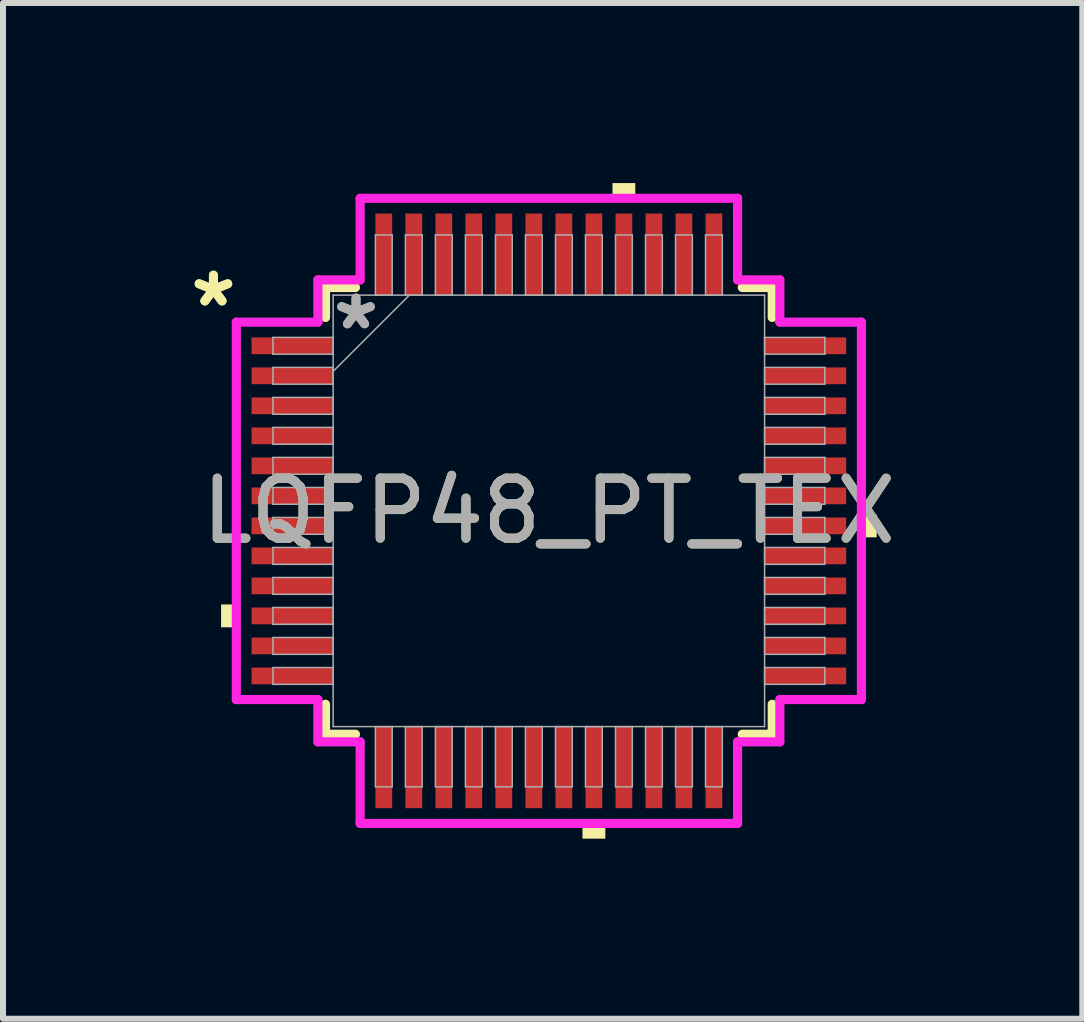
<source format=kicad_pcb>
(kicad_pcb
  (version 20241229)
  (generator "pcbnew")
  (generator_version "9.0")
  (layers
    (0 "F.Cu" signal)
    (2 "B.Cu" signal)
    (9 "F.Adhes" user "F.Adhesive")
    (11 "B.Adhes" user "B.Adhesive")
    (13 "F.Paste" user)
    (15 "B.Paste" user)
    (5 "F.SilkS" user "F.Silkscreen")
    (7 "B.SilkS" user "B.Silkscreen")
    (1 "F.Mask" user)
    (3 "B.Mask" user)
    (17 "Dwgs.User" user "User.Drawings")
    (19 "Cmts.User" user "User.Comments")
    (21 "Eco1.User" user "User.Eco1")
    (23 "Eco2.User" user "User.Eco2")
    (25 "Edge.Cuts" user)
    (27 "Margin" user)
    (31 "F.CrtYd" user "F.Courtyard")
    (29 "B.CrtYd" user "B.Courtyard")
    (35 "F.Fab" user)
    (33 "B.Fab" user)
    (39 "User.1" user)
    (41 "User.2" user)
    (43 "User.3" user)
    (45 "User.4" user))
  (footprint "LQFP48_PT_TEX"
    (layer "F.Cu")
    (at 6.094 5.461)
    (property "Reference" "LQFP48_PT_TEX" (at 0 0 0) (unlocked yes) (layer "F.SilkS") (effects (font (size 1 1) (thickness 0.15))))
    (attr smd)
    (fp_line (start -3.721 -3.721) (end -3.721 -3.222) (stroke (width 0.152) (type solid)) (layer "F.SilkS"))
    (fp_line (start -3.721 3.222) (end -3.721 3.721) (stroke (width 0.152) (type solid)) (layer "F.SilkS"))
    (fp_line (start -3.721 3.721) (end -3.222 3.721) (stroke (width 0.152) (type solid)) (layer "F.SilkS"))
    (fp_line (start -3.222 -3.721) (end -3.721 -3.721) (stroke (width 0.152) (type solid)) (layer "F.SilkS"))
    (fp_line (start 3.222 3.721) (end 3.721 3.721) (stroke (width 0.152) (type solid)) (layer "F.SilkS"))
    (fp_line (start 3.721 -3.721) (end 3.222 -3.721) (stroke (width 0.152) (type solid)) (layer "F.SilkS"))
    (fp_line (start 3.721 -3.222) (end 3.721 -3.721) (stroke (width 0.152) (type solid)) (layer "F.SilkS"))
    (fp_line (start 3.721 3.721) (end 3.721 3.222) (stroke (width 0.152) (type solid)) (layer "F.SilkS"))
    (fp_poly (pts (xy -5.461 1.559) (xy -5.461 1.94) (xy -5.207 1.94) (xy -5.207 1.559)) (stroke (width 0) (type solid)) (fill yes) (layer "F.SilkS"))
    (fp_poly (pts (xy 0.56 5.207) (xy 0.56 5.461) (xy 0.941 5.461) (xy 0.941 5.207)) (stroke (width 0) (type solid)) (fill yes) (layer "F.SilkS"))
    (fp_poly (pts (xy 1.06 -5.207) (xy 1.06 -5.461) (xy 1.44 -5.461) (xy 1.44 -5.207)) (stroke (width 0) (type solid)) (fill yes) (layer "F.SilkS"))
    (fp_poly (pts (xy 5.461 0.059) (xy 5.461 0.441) (xy 5.207 0.441) (xy 5.207 0.059)) (stroke (width 0) (type solid)) (fill yes) (layer "F.SilkS"))
    (fp_line (start -5.207 -3.144) (end -3.848 -3.144) (stroke (width 0.152) (type solid)) (layer "F.CrtYd"))
    (fp_line (start -5.207 3.144) (end -5.207 -3.144) (stroke (width 0.152) (type solid)) (layer "F.CrtYd"))
    (fp_line (start -3.848 -3.848) (end -3.144 -3.848) (stroke (width 0.152) (type solid)) (layer "F.CrtYd"))
    (fp_line (start -3.848 -3.144) (end -3.848 -3.848) (stroke (width 0.152) (type solid)) (layer "F.CrtYd"))
    (fp_line (start -3.848 3.144) (end -5.207 3.144) (stroke (width 0.152) (type solid)) (layer "F.CrtYd"))
    (fp_line (start -3.848 3.848) (end -3.848 3.144) (stroke (width 0.152) (type solid)) (layer "F.CrtYd"))
    (fp_line (start -3.848 3.848) (end -3.144 3.848) (stroke (width 0.152) (type solid)) (layer "F.CrtYd"))
    (fp_line (start -3.144 -5.207) (end 3.144 -5.207) (stroke (width 0.152) (type solid)) (layer "F.CrtYd"))
    (fp_line (start -3.144 -3.848) (end -3.144 -5.207) (stroke (width 0.152) (type solid)) (layer "F.CrtYd"))
    (fp_line (start -3.144 3.848) (end -3.144 5.207) (stroke (width 0.152) (type solid)) (layer "F.CrtYd"))
    (fp_line (start -3.144 5.207) (end 3.144 5.207) (stroke (width 0.152) (type solid)) (layer "F.CrtYd"))
    (fp_line (start 3.144 -5.207) (end 3.144 -3.848) (stroke (width 0.152) (type solid)) (layer "F.CrtYd"))
    (fp_line (start 3.144 -3.848) (end 3.848 -3.848) (stroke (width 0.152) (type solid)) (layer "F.CrtYd"))
    (fp_line (start 3.144 3.848) (end 3.848 3.848) (stroke (width 0.152) (type solid)) (layer "F.CrtYd"))
    (fp_line (start 3.144 5.207) (end 3.144 3.848) (stroke (width 0.152) (type solid)) (layer "F.CrtYd"))
    (fp_line (start 3.848 -3.144) (end 3.848 -3.848) (stroke (width 0.152) (type solid)) (layer "F.CrtYd"))
    (fp_line (start 3.848 3.144) (end 5.207 3.144) (stroke (width 0.152) (type solid)) (layer "F.CrtYd"))
    (fp_line (start 3.848 3.848) (end 3.848 3.144) (stroke (width 0.152) (type solid)) (layer "F.CrtYd"))
    (fp_line (start 5.207 -3.144) (end 3.848 -3.144) (stroke (width 0.152) (type solid)) (layer "F.CrtYd"))
    (fp_line (start 5.207 3.144) (end 5.207 -3.144) (stroke (width 0.152) (type solid)) (layer "F.CrtYd"))
    (fp_line (start -4.597 -2.89) (end -4.597 -2.61) (stroke (width 0.025) (type solid)) (layer "F.Fab"))
    (fp_line (start -4.597 -2.61) (end -3.594 -2.61) (stroke (width 0.025) (type solid)) (layer "F.Fab"))
    (fp_line (start -4.597 -2.39) (end -4.597 -2.11) (stroke (width 0.025) (type solid)) (layer "F.Fab"))
    (fp_line (start -4.597 -2.11) (end -3.594 -2.11) (stroke (width 0.025) (type solid)) (layer "F.Fab"))
    (fp_line (start -4.597 -1.89) (end -4.597 -1.61) (stroke (width 0.025) (type solid)) (layer "F.Fab"))
    (fp_line (start -4.597 -1.61) (end -3.594 -1.61) (stroke (width 0.025) (type solid)) (layer "F.Fab"))
    (fp_line (start -4.597 -1.39) (end -4.597 -1.11) (stroke (width 0.025) (type solid)) (layer "F.Fab"))
    (fp_line (start -4.597 -1.11) (end -3.594 -1.11) (stroke (width 0.025) (type solid)) (layer "F.Fab"))
    (fp_line (start -4.597 -0.89) (end -4.597 -0.61) (stroke (width 0.025) (type solid)) (layer "F.Fab"))
    (fp_line (start -4.597 -0.61) (end -3.594 -0.61) (stroke (width 0.025) (type solid)) (layer "F.Fab"))
    (fp_line (start -4.597 -0.39) (end -4.597 -0.11) (stroke (width 0.025) (type solid)) (layer "F.Fab"))
    (fp_line (start -4.597 -0.11) (end -3.594 -0.11) (stroke (width 0.025) (type solid)) (layer "F.Fab"))
    (fp_line (start -4.597 0.11) (end -4.597 0.39) (stroke (width 0.025) (type solid)) (layer "F.Fab"))
    (fp_line (start -4.597 0.39) (end -3.594 0.39) (stroke (width 0.025) (type solid)) (layer "F.Fab"))
    (fp_line (start -4.597 0.61) (end -4.597 0.89) (stroke (width 0.025) (type solid)) (layer "F.Fab"))
    (fp_line (start -4.597 0.89) (end -3.594 0.89) (stroke (width 0.025) (type solid)) (layer "F.Fab"))
    (fp_line (start -4.597 1.11) (end -4.597 1.39) (stroke (width 0.025) (type solid)) (layer "F.Fab"))
    (fp_line (start -4.597 1.39) (end -3.594 1.39) (stroke (width 0.025) (type solid)) (layer "F.Fab"))
    (fp_line (start -4.597 1.61) (end -4.597 1.89) (stroke (width 0.025) (type solid)) (layer "F.Fab"))
    (fp_line (start -4.597 1.89) (end -3.594 1.89) (stroke (width 0.025) (type solid)) (layer "F.Fab"))
    (fp_line (start -4.597 2.11) (end -4.597 2.39) (stroke (width 0.025) (type solid)) (layer "F.Fab"))
    (fp_line (start -4.597 2.39) (end -3.594 2.39) (stroke (width 0.025) (type solid)) (layer "F.Fab"))
    (fp_line (start -4.597 2.61) (end -4.597 2.89) (stroke (width 0.025) (type solid)) (layer "F.Fab"))
    (fp_line (start -4.597 2.89) (end -3.594 2.89) (stroke (width 0.025) (type solid)) (layer "F.Fab"))
    (fp_line (start -3.594 -3.594) (end -3.594 3.594) (stroke (width 0.025) (type solid)) (layer "F.Fab"))
    (fp_line (start -3.594 -2.89) (end -4.597 -2.89) (stroke (width 0.025) (type solid)) (layer "F.Fab"))
    (fp_line (start -3.594 -2.61) (end -3.594 -2.89) (stroke (width 0.025) (type solid)) (layer "F.Fab"))
    (fp_line (start -3.594 -2.39) (end -4.597 -2.39) (stroke (width 0.025) (type solid)) (layer "F.Fab"))
    (fp_line (start -3.594 -2.324) (end -2.324 -3.594) (stroke (width 0.025) (type solid)) (layer "F.Fab"))
    (fp_line (start -3.594 -2.11) (end -3.594 -2.39) (stroke (width 0.025) (type solid)) (layer "F.Fab"))
    (fp_line (start -3.594 -1.89) (end -4.597 -1.89) (stroke (width 0.025) (type solid)) (layer "F.Fab"))
    (fp_line (start -3.594 -1.61) (end -3.594 -1.89) (stroke (width 0.025) (type solid)) (layer "F.Fab"))
    (fp_line (start -3.594 -1.39) (end -4.597 -1.39) (stroke (width 0.025) (type solid)) (layer "F.Fab"))
    (fp_line (start -3.594 -1.11) (end -3.594 -1.39) (stroke (width 0.025) (type solid)) (layer "F.Fab"))
    (fp_line (start -3.594 -0.89) (end -4.597 -0.89) (stroke (width 0.025) (type solid)) (layer "F.Fab"))
    (fp_line (start -3.594 -0.61) (end -3.594 -0.89) (stroke (width 0.025) (type solid)) (layer "F.Fab"))
    (fp_line (start -3.594 -0.39) (end -4.597 -0.39) (stroke (width 0.025) (type solid)) (layer "F.Fab"))
    (fp_line (start -3.594 -0.11) (end -3.594 -0.39) (stroke (width 0.025) (type solid)) (layer "F.Fab"))
    (fp_line (start -3.594 0.11) (end -4.597 0.11) (stroke (width 0.025) (type solid)) (layer "F.Fab"))
    (fp_line (start -3.594 0.39) (end -3.594 0.11) (stroke (width 0.025) (type solid)) (layer "F.Fab"))
    (fp_line (start -3.594 0.61) (end -4.597 0.61) (stroke (width 0.025) (type solid)) (layer "F.Fab"))
    (fp_line (start -3.594 0.89) (end -3.594 0.61) (stroke (width 0.025) (type solid)) (layer "F.Fab"))
    (fp_line (start -3.594 1.11) (end -4.597 1.11) (stroke (width 0.025) (type solid)) (layer "F.Fab"))
    (fp_line (start -3.594 1.39) (end -3.594 1.11) (stroke (width 0.025) (type solid)) (layer "F.Fab"))
    (fp_line (start -3.594 1.61) (end -4.597 1.61) (stroke (width 0.025) (type solid)) (layer "F.Fab"))
    (fp_line (start -3.594 1.89) (end -3.594 1.61) (stroke (width 0.025) (type solid)) (layer "F.Fab"))
    (fp_line (start -3.594 2.11) (end -4.597 2.11) (stroke (width 0.025) (type solid)) (layer "F.Fab"))
    (fp_line (start -3.594 2.39) (end -3.594 2.11) (stroke (width 0.025) (type solid)) (layer "F.Fab"))
    (fp_line (start -3.594 2.61) (end -4.597 2.61) (stroke (width 0.025) (type solid)) (layer "F.Fab"))
    (fp_line (start -3.594 2.89) (end -3.594 2.61) (stroke (width 0.025) (type solid)) (layer "F.Fab"))
    (fp_line (start -3.594 3.594) (end 3.594 3.594) (stroke (width 0.025) (type solid)) (layer "F.Fab"))
    (fp_line (start -2.89 -4.597) (end -2.89 -3.594) (stroke (width 0.025) (type solid)) (layer "F.Fab"))
    (fp_line (start -2.89 -3.594) (end -2.61 -3.594) (stroke (width 0.025) (type solid)) (layer "F.Fab"))
    (fp_line (start -2.89 3.594) (end -2.89 4.597) (stroke (width 0.025) (type solid)) (layer "F.Fab"))
    (fp_line (start -2.89 4.597) (end -2.61 4.597) (stroke (width 0.025) (type solid)) (layer "F.Fab"))
    (fp_line (start -2.61 -4.597) (end -2.89 -4.597) (stroke (width 0.025) (type solid)) (layer "F.Fab"))
    (fp_line (start -2.61 -3.594) (end -2.61 -4.597) (stroke (width 0.025) (type solid)) (layer "F.Fab"))
    (fp_line (start -2.61 3.594) (end -2.89 3.594) (stroke (width 0.025) (type solid)) (layer "F.Fab"))
    (fp_line (start -2.61 4.597) (end -2.61 3.594) (stroke (width 0.025) (type solid)) (layer "F.Fab"))
    (fp_line (start -2.39 -4.597) (end -2.39 -3.594) (stroke (width 0.025) (type solid)) (layer "F.Fab"))
    (fp_line (start -2.39 -3.594) (end -2.11 -3.594) (stroke (width 0.025) (type solid)) (layer "F.Fab"))
    (fp_line (start -2.39 3.594) (end -2.39 4.597) (stroke (width 0.025) (type solid)) (layer "F.Fab"))
    (fp_line (start -2.39 4.597) (end -2.11 4.597) (stroke (width 0.025) (type solid)) (layer "F.Fab"))
    (fp_line (start -2.11 -4.597) (end -2.39 -4.597) (stroke (width 0.025) (type solid)) (layer "F.Fab"))
    (fp_line (start -2.11 -3.594) (end -2.11 -4.597) (stroke (width 0.025) (type solid)) (layer "F.Fab"))
    (fp_line (start -2.11 3.594) (end -2.39 3.594) (stroke (width 0.025) (type solid)) (layer "F.Fab"))
    (fp_line (start -2.11 4.597) (end -2.11 3.594) (stroke (width 0.025) (type solid)) (layer "F.Fab"))
    (fp_line (start -1.89 -4.597) (end -1.89 -3.594) (stroke (width 0.025) (type solid)) (layer "F.Fab"))
    (fp_line (start -1.89 -3.594) (end -1.61 -3.594) (stroke (width 0.025) (type solid)) (layer "F.Fab"))
    (fp_line (start -1.89 3.594) (end -1.89 4.597) (stroke (width 0.025) (type solid)) (layer "F.Fab"))
    (fp_line (start -1.89 4.597) (end -1.61 4.597) (stroke (width 0.025) (type solid)) (layer "F.Fab"))
    (fp_line (start -1.61 -4.597) (end -1.89 -4.597) (stroke (width 0.025) (type solid)) (layer "F.Fab"))
    (fp_line (start -1.61 -3.594) (end -1.61 -4.597) (stroke (width 0.025) (type solid)) (layer "F.Fab"))
    (fp_line (start -1.61 3.594) (end -1.89 3.594) (stroke (width 0.025) (type solid)) (layer "F.Fab"))
    (fp_line (start -1.61 4.597) (end -1.61 3.594) (stroke (width 0.025) (type solid)) (layer "F.Fab"))
    (fp_line (start -1.39 -4.597) (end -1.39 -3.594) (stroke (width 0.025) (type solid)) (layer "F.Fab"))
    (fp_line (start -1.39 -3.594) (end -1.11 -3.594) (stroke (width 0.025) (type solid)) (layer "F.Fab"))
    (fp_line (start -1.39 3.594) (end -1.39 4.597) (stroke (width 0.025) (type solid)) (layer "F.Fab"))
    (fp_line (start -1.39 4.597) (end -1.11 4.597) (stroke (width 0.025) (type solid)) (layer "F.Fab"))
    (fp_line (start -1.11 -4.597) (end -1.39 -4.597) (stroke (width 0.025) (type solid)) (layer "F.Fab"))
    (fp_line (start -1.11 -3.594) (end -1.11 -4.597) (stroke (width 0.025) (type solid)) (layer "F.Fab"))
    (fp_line (start -1.11 3.594) (end -1.39 3.594) (stroke (width 0.025) (type solid)) (layer "F.Fab"))
    (fp_line (start -1.11 4.597) (end -1.11 3.594) (stroke (width 0.025) (type solid)) (layer "F.Fab"))
    (fp_line (start -0.89 -4.597) (end -0.89 -3.594) (stroke (width 0.025) (type solid)) (layer "F.Fab"))
    (fp_line (start -0.89 -3.594) (end -0.61 -3.594) (stroke (width 0.025) (type solid)) (layer "F.Fab"))
    (fp_line (start -0.89 3.594) (end -0.89 4.597) (stroke (width 0.025) (type solid)) (layer "F.Fab"))
    (fp_line (start -0.89 4.597) (end -0.61 4.597) (stroke (width 0.025) (type solid)) (layer "F.Fab"))
    (fp_line (start -0.61 -4.597) (end -0.89 -4.597) (stroke (width 0.025) (type solid)) (layer "F.Fab"))
    (fp_line (start -0.61 -3.594) (end -0.61 -4.597) (stroke (width 0.025) (type solid)) (layer "F.Fab"))
    (fp_line (start -0.61 3.594) (end -0.89 3.594) (stroke (width 0.025) (type solid)) (layer "F.Fab"))
    (fp_line (start -0.61 4.597) (end -0.61 3.594) (stroke (width 0.025) (type solid)) (layer "F.Fab"))
    (fp_line (start -0.39 -4.597) (end -0.39 -3.594) (stroke (width 0.025) (type solid)) (layer "F.Fab"))
    (fp_line (start -0.39 -3.594) (end -0.11 -3.594) (stroke (width 0.025) (type solid)) (layer "F.Fab"))
    (fp_line (start -0.39 3.594) (end -0.39 4.597) (stroke (width 0.025) (type solid)) (layer "F.Fab"))
    (fp_line (start -0.39 4.597) (end -0.11 4.597) (stroke (width 0.025) (type solid)) (layer "F.Fab"))
    (fp_line (start -0.11 -4.597) (end -0.39 -4.597) (stroke (width 0.025) (type solid)) (layer "F.Fab"))
    (fp_line (start -0.11 -3.594) (end -0.11 -4.597) (stroke (width 0.025) (type solid)) (layer "F.Fab"))
    (fp_line (start -0.11 3.594) (end -0.39 3.594) (stroke (width 0.025) (type solid)) (layer "F.Fab"))
    (fp_line (start -0.11 4.597) (end -0.11 3.594) (stroke (width 0.025) (type solid)) (layer "F.Fab"))
    (fp_line (start 0.11 -4.597) (end 0.11 -3.594) (stroke (width 0.025) (type solid)) (layer "F.Fab"))
    (fp_line (start 0.11 -3.594) (end 0.39 -3.594) (stroke (width 0.025) (type solid)) (layer "F.Fab"))
    (fp_line (start 0.11 3.594) (end 0.11 4.597) (stroke (width 0.025) (type solid)) (layer "F.Fab"))
    (fp_line (start 0.11 4.597) (end 0.39 4.597) (stroke (width 0.025) (type solid)) (layer "F.Fab"))
    (fp_line (start 0.39 -4.597) (end 0.11 -4.597) (stroke (width 0.025) (type solid)) (layer "F.Fab"))
    (fp_line (start 0.39 -3.594) (end 0.39 -4.597) (stroke (width 0.025) (type solid)) (layer "F.Fab"))
    (fp_line (start 0.39 3.594) (end 0.11 3.594) (stroke (width 0.025) (type solid)) (layer "F.Fab"))
    (fp_line (start 0.39 4.597) (end 0.39 3.594) (stroke (width 0.025) (type solid)) (layer "F.Fab"))
    (fp_line (start 0.61 -4.597) (end 0.61 -3.594) (stroke (width 0.025) (type solid)) (layer "F.Fab"))
    (fp_line (start 0.61 -3.594) (end 0.89 -3.594) (stroke (width 0.025) (type solid)) (layer "F.Fab"))
    (fp_line (start 0.61 3.594) (end 0.61 4.597) (stroke (width 0.025) (type solid)) (layer "F.Fab"))
    (fp_line (start 0.61 4.597) (end 0.89 4.597) (stroke (width 0.025) (type solid)) (layer "F.Fab"))
    (fp_line (start 0.89 -4.597) (end 0.61 -4.597) (stroke (width 0.025) (type solid)) (layer "F.Fab"))
    (fp_line (start 0.89 -3.594) (end 0.89 -4.597) (stroke (width 0.025) (type solid)) (layer "F.Fab"))
    (fp_line (start 0.89 3.594) (end 0.61 3.594) (stroke (width 0.025) (type solid)) (layer "F.Fab"))
    (fp_line (start 0.89 4.597) (end 0.89 3.594) (stroke (width 0.025) (type solid)) (layer "F.Fab"))
    (fp_line (start 1.11 -4.597) (end 1.11 -3.594) (stroke (width 0.025) (type solid)) (layer "F.Fab"))
    (fp_line (start 1.11 -3.594) (end 1.39 -3.594) (stroke (width 0.025) (type solid)) (layer "F.Fab"))
    (fp_line (start 1.11 3.594) (end 1.11 4.597) (stroke (width 0.025) (type solid)) (layer "F.Fab"))
    (fp_line (start 1.11 4.597) (end 1.39 4.597) (stroke (width 0.025) (type solid)) (layer "F.Fab"))
    (fp_line (start 1.39 -4.597) (end 1.11 -4.597) (stroke (width 0.025) (type solid)) (layer "F.Fab"))
    (fp_line (start 1.39 -3.594) (end 1.39 -4.597) (stroke (width 0.025) (type solid)) (layer "F.Fab"))
    (fp_line (start 1.39 3.594) (end 1.11 3.594) (stroke (width 0.025) (type solid)) (layer "F.Fab"))
    (fp_line (start 1.39 4.597) (end 1.39 3.594) (stroke (width 0.025) (type solid)) (layer "F.Fab"))
    (fp_line (start 1.61 -4.597) (end 1.61 -3.594) (stroke (width 0.025) (type solid)) (layer "F.Fab"))
    (fp_line (start 1.61 -3.594) (end 1.89 -3.594) (stroke (width 0.025) (type solid)) (layer "F.Fab"))
    (fp_line (start 1.61 3.594) (end 1.61 4.597) (stroke (width 0.025) (type solid)) (layer "F.Fab"))
    (fp_line (start 1.61 4.597) (end 1.89 4.597) (stroke (width 0.025) (type solid)) (layer "F.Fab"))
    (fp_line (start 1.89 -4.597) (end 1.61 -4.597) (stroke (width 0.025) (type solid)) (layer "F.Fab"))
    (fp_line (start 1.89 -3.594) (end 1.89 -4.597) (stroke (width 0.025) (type solid)) (layer "F.Fab"))
    (fp_line (start 1.89 3.594) (end 1.61 3.594) (stroke (width 0.025) (type solid)) (layer "F.Fab"))
    (fp_line (start 1.89 4.597) (end 1.89 3.594) (stroke (width 0.025) (type solid)) (layer "F.Fab"))
    (fp_line (start 2.11 -4.597) (end 2.11 -3.594) (stroke (width 0.025) (type solid)) (layer "F.Fab"))
    (fp_line (start 2.11 -3.594) (end 2.39 -3.594) (stroke (width 0.025) (type solid)) (layer "F.Fab"))
    (fp_line (start 2.11 3.594) (end 2.11 4.597) (stroke (width 0.025) (type solid)) (layer "F.Fab"))
    (fp_line (start 2.11 4.597) (end 2.39 4.597) (stroke (width 0.025) (type solid)) (layer "F.Fab"))
    (fp_line (start 2.39 -4.597) (end 2.11 -4.597) (stroke (width 0.025) (type solid)) (layer "F.Fab"))
    (fp_line (start 2.39 -3.594) (end 2.39 -4.597) (stroke (width 0.025) (type solid)) (layer "F.Fab"))
    (fp_line (start 2.39 3.594) (end 2.11 3.594) (stroke (width 0.025) (type solid)) (layer "F.Fab"))
    (fp_line (start 2.39 4.597) (end 2.39 3.594) (stroke (width 0.025) (type solid)) (layer "F.Fab"))
    (fp_line (start 2.61 -4.597) (end 2.61 -3.594) (stroke (width 0.025) (type solid)) (layer "F.Fab"))
    (fp_line (start 2.61 -3.594) (end 2.89 -3.594) (stroke (width 0.025) (type solid)) (layer "F.Fab"))
    (fp_line (start 2.61 3.594) (end 2.61 4.597) (stroke (width 0.025) (type solid)) (layer "F.Fab"))
    (fp_line (start 2.61 4.597) (end 2.89 4.597) (stroke (width 0.025) (type solid)) (layer "F.Fab"))
    (fp_line (start 2.89 -4.597) (end 2.61 -4.597) (stroke (width 0.025) (type solid)) (layer "F.Fab"))
    (fp_line (start 2.89 -3.594) (end 2.89 -4.597) (stroke (width 0.025) (type solid)) (layer "F.Fab"))
    (fp_line (start 2.89 3.594) (end 2.61 3.594) (stroke (width 0.025) (type solid)) (layer "F.Fab"))
    (fp_line (start 2.89 4.597) (end 2.89 3.594) (stroke (width 0.025) (type solid)) (layer "F.Fab"))
    (fp_line (start 3.594 -3.594) (end -3.594 -3.594) (stroke (width 0.025) (type solid)) (layer "F.Fab"))
    (fp_line (start 3.594 -2.89) (end 3.594 -2.61) (stroke (width 0.025) (type solid)) (layer "F.Fab"))
    (fp_line (start 3.594 -2.61) (end 4.597 -2.61) (stroke (width 0.025) (type solid)) (layer "F.Fab"))
    (fp_line (start 3.594 -2.39) (end 3.594 -2.11) (stroke (width 0.025) (type solid)) (layer "F.Fab"))
    (fp_line (start 3.594 -2.11) (end 4.597 -2.11) (stroke (width 0.025) (type solid)) (layer "F.Fab"))
    (fp_line (start 3.594 -1.89) (end 3.594 -1.61) (stroke (width 0.025) (type solid)) (layer "F.Fab"))
    (fp_line (start 3.594 -1.61) (end 4.597 -1.61) (stroke (width 0.025) (type solid)) (layer "F.Fab"))
    (fp_line (start 3.594 -1.39) (end 3.594 -1.11) (stroke (width 0.025) (type solid)) (layer "F.Fab"))
    (fp_line (start 3.594 -1.11) (end 4.597 -1.11) (stroke (width 0.025) (type solid)) (layer "F.Fab"))
    (fp_line (start 3.594 -0.89) (end 3.594 -0.61) (stroke (width 0.025) (type solid)) (layer "F.Fab"))
    (fp_line (start 3.594 -0.61) (end 4.597 -0.61) (stroke (width 0.025) (type solid)) (layer "F.Fab"))
    (fp_line (start 3.594 -0.39) (end 3.594 -0.11) (stroke (width 0.025) (type solid)) (layer "F.Fab"))
    (fp_line (start 3.594 -0.11) (end 4.597 -0.11) (stroke (width 0.025) (type solid)) (layer "F.Fab"))
    (fp_line (start 3.594 0.11) (end 3.594 0.39) (stroke (width 0.025) (type solid)) (layer "F.Fab"))
    (fp_line (start 3.594 0.39) (end 4.597 0.39) (stroke (width 0.025) (type solid)) (layer "F.Fab"))
    (fp_line (start 3.594 0.61) (end 3.594 0.89) (stroke (width 0.025) (type solid)) (layer "F.Fab"))
    (fp_line (start 3.594 0.89) (end 4.597 0.89) (stroke (width 0.025) (type solid)) (layer "F.Fab"))
    (fp_line (start 3.594 1.11) (end 3.594 1.39) (stroke (width 0.025) (type solid)) (layer "F.Fab"))
    (fp_line (start 3.594 1.39) (end 4.597 1.39) (stroke (width 0.025) (type solid)) (layer "F.Fab"))
    (fp_line (start 3.594 1.61) (end 3.594 1.89) (stroke (width 0.025) (type solid)) (layer "F.Fab"))
    (fp_line (start 3.594 1.89) (end 4.597 1.89) (stroke (width 0.025) (type solid)) (layer "F.Fab"))
    (fp_line (start 3.594 2.11) (end 3.594 2.39) (stroke (width 0.025) (type solid)) (layer "F.Fab"))
    (fp_line (start 3.594 2.39) (end 4.597 2.39) (stroke (width 0.025) (type solid)) (layer "F.Fab"))
    (fp_line (start 3.594 2.61) (end 3.594 2.89) (stroke (width 0.025) (type solid)) (layer "F.Fab"))
    (fp_line (start 3.594 2.89) (end 4.597 2.89) (stroke (width 0.025) (type solid)) (layer "F.Fab"))
    (fp_line (start 3.594 3.594) (end 3.594 -3.594) (stroke (width 0.025) (type solid)) (layer "F.Fab"))
    (fp_line (start 4.597 -2.89) (end 3.594 -2.89) (stroke (width 0.025) (type solid)) (layer "F.Fab"))
    (fp_line (start 4.597 -2.61) (end 4.597 -2.89) (stroke (width 0.025) (type solid)) (layer "F.Fab"))
    (fp_line (start 4.597 -2.39) (end 3.594 -2.39) (stroke (width 0.025) (type solid)) (layer "F.Fab"))
    (fp_line (start 4.597 -2.11) (end 4.597 -2.39) (stroke (width 0.025) (type solid)) (layer "F.Fab"))
    (fp_line (start 4.597 -1.89) (end 3.594 -1.89) (stroke (width 0.025) (type solid)) (layer "F.Fab"))
    (fp_line (start 4.597 -1.61) (end 4.597 -1.89) (stroke (width 0.025) (type solid)) (layer "F.Fab"))
    (fp_line (start 4.597 -1.39) (end 3.594 -1.39) (stroke (width 0.025) (type solid)) (layer "F.Fab"))
    (fp_line (start 4.597 -1.11) (end 4.597 -1.39) (stroke (width 0.025) (type solid)) (layer "F.Fab"))
    (fp_line (start 4.597 -0.89) (end 3.594 -0.89) (stroke (width 0.025) (type solid)) (layer "F.Fab"))
    (fp_line (start 4.597 -0.61) (end 4.597 -0.89) (stroke (width 0.025) (type solid)) (layer "F.Fab"))
    (fp_line (start 4.597 -0.39) (end 3.594 -0.39) (stroke (width 0.025) (type solid)) (layer "F.Fab"))
    (fp_line (start 4.597 -0.11) (end 4.597 -0.39) (stroke (width 0.025) (type solid)) (layer "F.Fab"))
    (fp_line (start 4.597 0.11) (end 3.594 0.11) (stroke (width 0.025) (type solid)) (layer "F.Fab"))
    (fp_line (start 4.597 0.39) (end 4.597 0.11) (stroke (width 0.025) (type solid)) (layer "F.Fab"))
    (fp_line (start 4.597 0.61) (end 3.594 0.61) (stroke (width 0.025) (type solid)) (layer "F.Fab"))
    (fp_line (start 4.597 0.89) (end 4.597 0.61) (stroke (width 0.025) (type solid)) (layer "F.Fab"))
    (fp_line (start 4.597 1.11) (end 3.594 1.11) (stroke (width 0.025) (type solid)) (layer "F.Fab"))
    (fp_line (start 4.597 1.39) (end 4.597 1.11) (stroke (width 0.025) (type solid)) (layer "F.Fab"))
    (fp_line (start 4.597 1.61) (end 3.594 1.61) (stroke (width 0.025) (type solid)) (layer "F.Fab"))
    (fp_line (start 4.597 1.89) (end 4.597 1.61) (stroke (width 0.025) (type solid)) (layer "F.Fab"))
    (fp_line (start 4.597 2.11) (end 3.594 2.11) (stroke (width 0.025) (type solid)) (layer "F.Fab"))
    (fp_line (start 4.597 2.39) (end 4.597 2.11) (stroke (width 0.025) (type solid)) (layer "F.Fab"))
    (fp_line (start 4.597 2.61) (end 3.594 2.61) (stroke (width 0.025) (type solid)) (layer "F.Fab"))
    (fp_line (start 4.597 2.89) (end 4.597 2.61) (stroke (width 0.025) (type solid)) (layer "F.Fab"))
    (fp_text user "*" (at -5.588 -3.381 0) (unlocked yes) (layer "F.SilkS") (effects (font (size 1 1) (thickness 0.15))))
    (fp_text user "*" (at -5.588 -3.381 0) (layer "F.SilkS") (effects (font (size 1 1) (thickness 0.15))))
    (fp_text user "*" (at -3.213 -3 0) (unlocked yes) (layer "F.Fab") (effects (font (size 1 1) (thickness 0.15))))
    (fp_text user "*" (at -3.213 -3 0) (layer "F.Fab") (effects (font (size 1 1) (thickness 0.15))))
    (fp_text user "${REFERENCE}" (at 0 0 0) (unlocked yes) (layer "F.Fab") (effects (font (size 1 1) (thickness 0.15))))
    (pad "1" smd rect (at -4.274 -2.75 90) (size 0.279 1.359) (layers "F.Cu" "F.Mask" "F.Paste"))
    (pad "2" smd rect (at -4.274 -2.25 90) (size 0.279 1.359) (layers "F.Cu" "F.Mask" "F.Paste"))
    (pad "3" smd rect (at -4.274 -1.75 90) (size 0.279 1.359) (layers "F.Cu" "F.Mask" "F.Paste"))
    (pad "4" smd rect (at -4.274 -1.25 90) (size 0.279 1.359) (layers "F.Cu" "F.Mask" "F.Paste"))
    (pad "5" smd rect (at -4.274 -0.75 90) (size 0.279 1.359) (layers "F.Cu" "F.Mask" "F.Paste"))
    (pad "6" smd rect (at -4.274 -0.25 90) (size 0.279 1.359) (layers "F.Cu" "F.Mask" "F.Paste"))
    (pad "7" smd rect (at -4.274 0.25 90) (size 0.279 1.359) (layers "F.Cu" "F.Mask" "F.Paste"))
    (pad "8" smd rect (at -4.274 0.75 90) (size 0.279 1.359) (layers "F.Cu" "F.Mask" "F.Paste"))
    (pad "9" smd rect (at -4.274 1.25 90) (size 0.279 1.359) (layers "F.Cu" "F.Mask" "F.Paste"))
    (pad "10" smd rect (at -4.274 1.75 90) (size 0.279 1.359) (layers "F.Cu" "F.Mask" "F.Paste"))
    (pad "11" smd rect (at -4.274 2.25 90) (size 0.279 1.359) (layers "F.Cu" "F.Mask" "F.Paste"))
    (pad "12" smd rect (at -4.274 2.75 90) (size 0.279 1.359) (layers "F.Cu" "F.Mask" "F.Paste"))
    (pad "13" smd rect (at -2.75 4.274) (size 0.279 1.359) (layers "F.Cu" "F.Mask" "F.Paste"))
    (pad "14" smd rect (at -2.25 4.274) (size 0.279 1.359) (layers "F.Cu" "F.Mask" "F.Paste"))
    (pad "15" smd rect (at -1.75 4.274) (size 0.279 1.359) (layers "F.Cu" "F.Mask" "F.Paste"))
    (pad "16" smd rect (at -1.25 4.274) (size 0.279 1.359) (layers "F.Cu" "F.Mask" "F.Paste"))
    (pad "17" smd rect (at -0.75 4.274) (size 0.279 1.359) (layers "F.Cu" "F.Mask" "F.Paste"))
    (pad "18" smd rect (at -0.25 4.274) (size 0.279 1.359) (layers "F.Cu" "F.Mask" "F.Paste"))
    (pad "19" smd rect (at 0.25 4.274) (size 0.279 1.359) (layers "F.Cu" "F.Mask" "F.Paste"))
    (pad "20" smd rect (at 0.75 4.274) (size 0.279 1.359) (layers "F.Cu" "F.Mask" "F.Paste"))
    (pad "21" smd rect (at 1.25 4.274) (size 0.279 1.359) (layers "F.Cu" "F.Mask" "F.Paste"))
    (pad "22" smd rect (at 1.75 4.274) (size 0.279 1.359) (layers "F.Cu" "F.Mask" "F.Paste"))
    (pad "23" smd rect (at 2.25 4.274) (size 0.279 1.359) (layers "F.Cu" "F.Mask" "F.Paste"))
    (pad "24" smd rect (at 2.75 4.274) (size 0.279 1.359) (layers "F.Cu" "F.Mask" "F.Paste"))
    (pad "25" smd rect (at 4.274 2.75 90) (size 0.279 1.359) (layers "F.Cu" "F.Mask" "F.Paste"))
    (pad "26" smd rect (at 4.274 2.25 90) (size 0.279 1.359) (layers "F.Cu" "F.Mask" "F.Paste"))
    (pad "27" smd rect (at 4.274 1.75 90) (size 0.279 1.359) (layers "F.Cu" "F.Mask" "F.Paste"))
    (pad "28" smd rect (at 4.274 1.25 90) (size 0.279 1.359) (layers "F.Cu" "F.Mask" "F.Paste"))
    (pad "29" smd rect (at 4.274 0.75 90) (size 0.279 1.359) (layers "F.Cu" "F.Mask" "F.Paste"))
    (pad "30" smd rect (at 4.274 0.25 90) (size 0.279 1.359) (layers "F.Cu" "F.Mask" "F.Paste"))
    (pad "31" smd rect (at 4.274 -0.25 90) (size 0.279 1.359) (layers "F.Cu" "F.Mask" "F.Paste"))
    (pad "32" smd rect (at 4.274 -0.75 90) (size 0.279 1.359) (layers "F.Cu" "F.Mask" "F.Paste"))
    (pad "33" smd rect (at 4.274 -1.25 90) (size 0.279 1.359) (layers "F.Cu" "F.Mask" "F.Paste"))
    (pad "34" smd rect (at 4.274 -1.75 90) (size 0.279 1.359) (layers "F.Cu" "F.Mask" "F.Paste"))
    (pad "35" smd rect (at 4.274 -2.25 90) (size 0.279 1.359) (layers "F.Cu" "F.Mask" "F.Paste"))
    (pad "36" smd rect (at 4.274 -2.75 90) (size 0.279 1.359) (layers "F.Cu" "F.Mask" "F.Paste"))
    (pad "37" smd rect (at 2.75 -4.274) (size 0.279 1.359) (layers "F.Cu" "F.Mask" "F.Paste"))
    (pad "38" smd rect (at 2.25 -4.274) (size 0.279 1.359) (layers "F.Cu" "F.Mask" "F.Paste"))
    (pad "39" smd rect (at 1.75 -4.274) (size 0.279 1.359) (layers "F.Cu" "F.Mask" "F.Paste"))
    (pad "40" smd rect (at 1.25 -4.274) (size 0.279 1.359) (layers "F.Cu" "F.Mask" "F.Paste"))
    (pad "41" smd rect (at 0.75 -4.274) (size 0.279 1.359) (layers "F.Cu" "F.Mask" "F.Paste"))
    (pad "42" smd rect (at 0.25 -4.274) (size 0.279 1.359) (layers "F.Cu" "F.Mask" "F.Paste"))
    (pad "43" smd rect (at -0.25 -4.274) (size 0.279 1.359) (layers "F.Cu" "F.Mask" "F.Paste"))
    (pad "44" smd rect (at -0.75 -4.274) (size 0.279 1.359) (layers "F.Cu" "F.Mask" "F.Paste"))
    (pad "45" smd rect (at -1.25 -4.274) (size 0.279 1.359) (layers "F.Cu" "F.Mask" "F.Paste"))
    (pad "46" smd rect (at -1.75 -4.274) (size 0.279 1.359) (layers "F.Cu" "F.Mask" "F.Paste"))
    (pad "47" smd rect (at -2.25 -4.274) (size 0.279 1.359) (layers "F.Cu" "F.Mask" "F.Paste"))
    (pad "48" smd rect (at -2.75 -4.274) (size 0.279 1.359) (layers "F.Cu" "F.Mask" "F.Paste")))
  (gr_rect
    (start -3 -3)
    (end 14.981 13.922)
    (stroke (width 0.1) (type default))
    (fill no)
    (layer "Edge.Cuts")))
</source>
